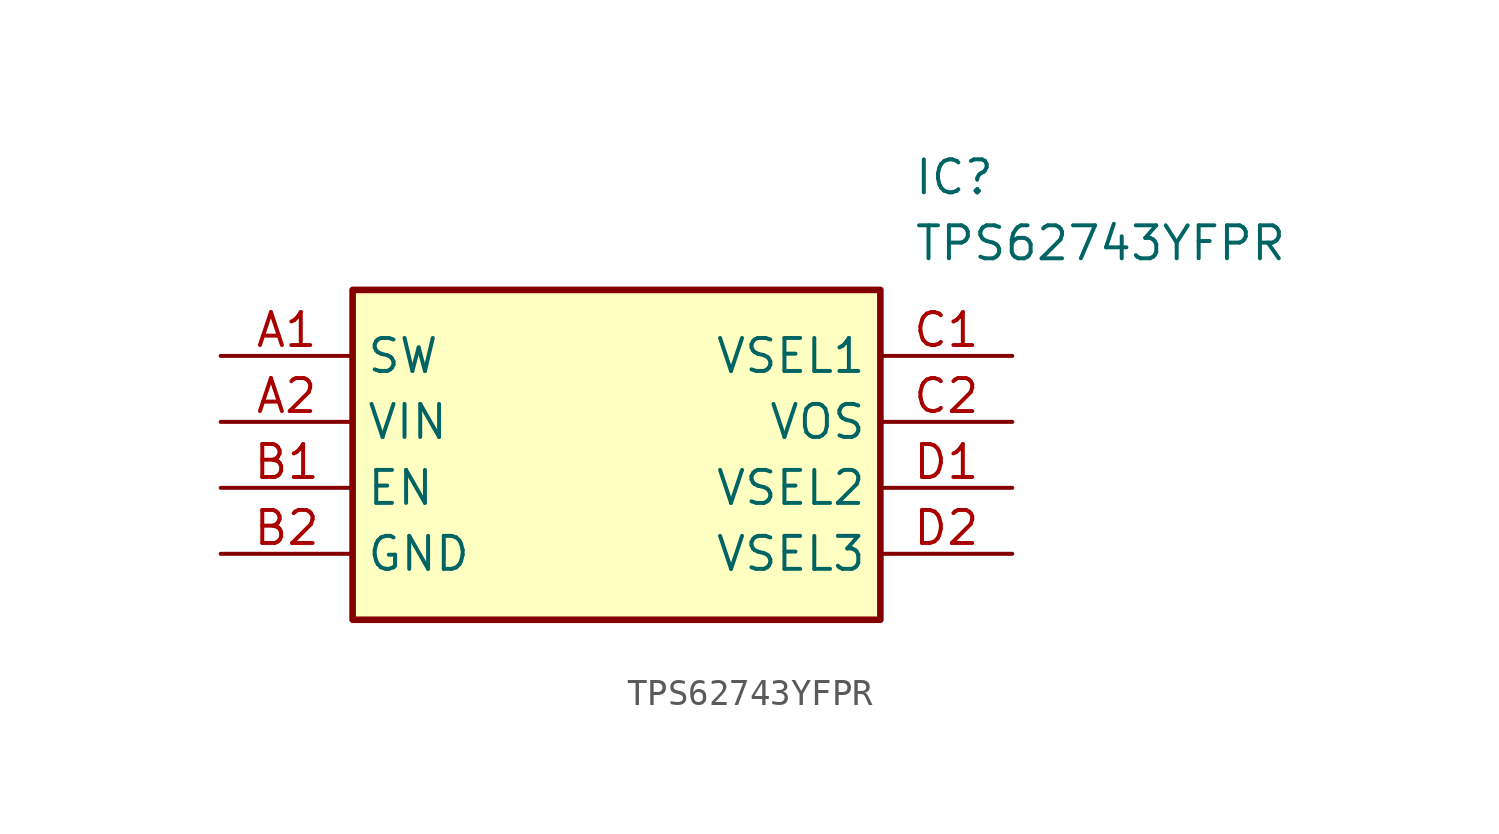
<source format=kicad_sym>
(kicad_symbol_lib
  (version 20211014)
  (generator SamacSys_ECAD_Model)
  (symbol "TPS62743YFPR"
    (property "Reference" "IC"
      (at 26.67 7.62 0)
      (effects (font (size 1.27 1.27)) (justify left top)))
    (property "Value" "TPS62743YFPR"
      (at 26.67 5.08 0)
      (effects (font (size 1.27 1.27)) (justify left top)))
    (rectangle
      (start 5.08 2.54)
      (end 25.4 -10.16)
      (stroke (width 0.254) (type default))
      (fill (type background)))
    (pin passive line
      (at 0 0 0)
      (length 5.08)
      (name "SW" (effects (font (size 1.27 1.27))))
      (number "A1" (effects (font (size 1.27 1.27)))))
    (pin passive line
      (at 0 -2.54 0)
      (length 5.08)
      (name "VIN" (effects (font (size 1.27 1.27))))
      (number "A2" (effects (font (size 1.27 1.27)))))
    (pin passive line
      (at 0 -5.08 0)
      (length 5.08)
      (name "EN" (effects (font (size 1.27 1.27))))
      (number "B1" (effects (font (size 1.27 1.27)))))
    (pin passive line
      (at 0 -7.62 0)
      (length 5.08)
      (name "GND" (effects (font (size 1.27 1.27))))
      (number "B2" (effects (font (size 1.27 1.27)))))
    (pin passive line
      (at 30.48 0 180)
      (length 5.08)
      (name "VSEL1" (effects (font (size 1.27 1.27))))
      (number "C1" (effects (font (size 1.27 1.27)))))
    (pin passive line
      (at 30.48 -2.54 180)
      (length 5.08)
      (name "VOS" (effects (font (size 1.27 1.27))))
      (number "C2" (effects (font (size 1.27 1.27)))))
    (pin passive line
      (at 30.48 -5.08 180)
      (length 5.08)
      (name "VSEL2" (effects (font (size 1.27 1.27))))
      (number "D1" (effects (font (size 1.27 1.27)))))
    (pin passive line
      (at 30.48 -7.62 180)
      (length 5.08)
      (name "VSEL3" (effects (font (size 1.27 1.27))))
      (number "D2" (effects (font (size 1.27 1.27)))))))
</source>
